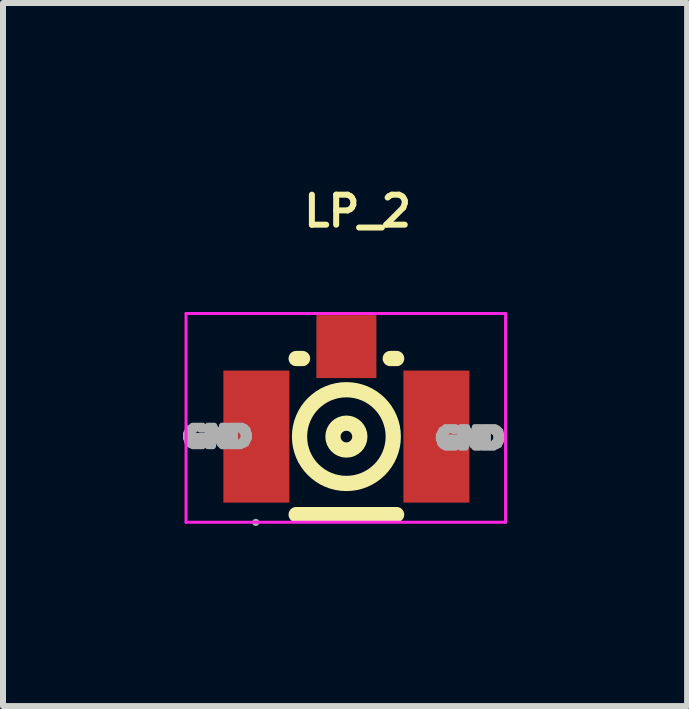
<source format=kicad_pcb>
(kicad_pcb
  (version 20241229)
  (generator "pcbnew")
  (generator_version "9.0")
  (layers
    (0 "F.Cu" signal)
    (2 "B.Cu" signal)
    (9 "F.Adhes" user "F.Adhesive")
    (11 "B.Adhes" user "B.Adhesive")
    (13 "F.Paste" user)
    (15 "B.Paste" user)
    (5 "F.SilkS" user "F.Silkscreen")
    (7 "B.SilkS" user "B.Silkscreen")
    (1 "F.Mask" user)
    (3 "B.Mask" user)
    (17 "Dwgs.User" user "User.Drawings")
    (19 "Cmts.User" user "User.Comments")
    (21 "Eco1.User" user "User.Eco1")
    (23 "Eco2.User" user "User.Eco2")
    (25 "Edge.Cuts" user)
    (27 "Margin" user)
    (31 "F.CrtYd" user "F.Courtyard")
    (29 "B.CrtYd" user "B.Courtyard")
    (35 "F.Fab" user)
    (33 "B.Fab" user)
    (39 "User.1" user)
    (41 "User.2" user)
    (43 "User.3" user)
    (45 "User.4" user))
  (footprint "LP_2"
    (layer "F.Cu")
    (at 2.712 3.913)
    (property "Reference" "LP_2" (at -0.75 -3.445 0) (layer "F.SilkS") (effects (font (size 0.5 0.5) (thickness 0.1)) (justify left)))
    (fp_line (start -0.827 -0.989) (end -0.721 -0.989) (stroke (width 0.254) (type solid)) (layer "F.SilkS"))
    (fp_line (start 0.741 -0.989) (end 0.847 -0.989) (stroke (width 0.254) (type solid)) (layer "F.SilkS"))
    (fp_line (start 0.847 1.612) (end -0.827 1.612) (stroke (width 0.254) (type solid)) (layer "F.SilkS"))
    (fp_arc (start 0.234 0.312) (mid -0.214 0.312) (end 0.234 0.312) (stroke (width 0.254) (type solid)) (layer "F.SilkS"))
    (fp_arc (start 0.791 0.312) (mid -0.771 0.312) (end 0.791 0.312) (stroke (width 0.254) (type solid)) (layer "F.SilkS"))
    (fp_line (start -2.662 -1.739) (end -2.662 1.739) (stroke (width 0.05) (type solid)) (layer "F.CrtYd"))
    (fp_line (start -2.662 1.739) (end 2.662 1.739) (stroke (width 0.05) (type solid)) (layer "F.CrtYd"))
    (fp_line (start 2.662 -1.739) (end -2.662 -1.739) (stroke (width 0.05) (type solid)) (layer "F.CrtYd"))
    (fp_line (start 2.662 1.739) (end 2.662 -1.739) (stroke (width 0.05) (type solid)) (layer "F.CrtYd"))
    (fp_arc (start -1.47 1.742) (mid -1.53 1.742) (end -1.47 1.742) (stroke (width 0.06) (type solid)) (layer "F.Fab"))
    (fp_poly (pts (xy -2.662 0.28) (xy -2.662 0.259) (xy -2.576 0.259) (xy -2.576 0.28) (xy -2.662 0.28)) (stroke (width 0.1) (type solid)) (fill no) (layer "F.Fab"))
    (fp_poly (pts (xy -2.662 0.301) (xy -2.662 0.28) (xy -2.576 0.28) (xy -2.576 0.301) (xy -2.662 0.301)) (stroke (width 0.1) (type solid)) (fill no) (layer "F.Fab"))
    (fp_poly (pts (xy -2.662 0.323) (xy -2.662 0.301) (xy -2.576 0.301) (xy -2.576 0.323) (xy -2.662 0.323)) (stroke (width 0.1) (type solid)) (fill no) (layer "F.Fab"))
    (fp_poly (pts (xy -2.662 0.344) (xy -2.662 0.323) (xy -2.576 0.323) (xy -2.576 0.344) (xy -2.662 0.344)) (stroke (width 0.1) (type solid)) (fill no) (layer "F.Fab"))
    (fp_poly (pts (xy -2.64 0.237) (xy -2.64 0.216) (xy -2.555 0.216) (xy -2.555 0.237) (xy -2.64 0.237)) (stroke (width 0.1) (type solid)) (fill no) (layer "F.Fab"))
    (fp_poly (pts (xy -2.64 0.259) (xy -2.64 0.237) (xy -2.576 0.237) (xy -2.576 0.259) (xy -2.64 0.259)) (stroke (width 0.1) (type solid)) (fill no) (layer "F.Fab"))
    (fp_poly (pts (xy -2.64 0.365) (xy -2.64 0.344) (xy -2.576 0.344) (xy -2.576 0.365) (xy -2.64 0.365)) (stroke (width 0.1) (type solid)) (fill no) (layer "F.Fab"))
    (fp_poly (pts (xy -2.64 0.387) (xy -2.64 0.365) (xy -2.555 0.365) (xy -2.555 0.387) (xy -2.64 0.387)) (stroke (width 0.1) (type solid)) (fill no) (layer "F.Fab"))
    (fp_poly (pts (xy -2.64 0.408) (xy -2.64 0.387) (xy -2.555 0.387) (xy -2.555 0.408) (xy -2.64 0.408)) (stroke (width 0.1) (type solid)) (fill no) (layer "F.Fab"))
    (fp_poly (pts (xy -2.619 0.195) (xy -2.619 0.173) (xy -2.512 0.173) (xy -2.512 0.195) (xy -2.619 0.195)) (stroke (width 0.1) (type solid)) (fill no) (layer "F.Fab"))
    (fp_poly (pts (xy -2.619 0.216) (xy -2.619 0.195) (xy -2.534 0.195) (xy -2.534 0.216) (xy -2.619 0.216)) (stroke (width 0.1) (type solid)) (fill no) (layer "F.Fab"))
    (fp_poly (pts (xy -2.619 0.43) (xy -2.619 0.408) (xy -2.512 0.408) (xy -2.512 0.43) (xy -2.619 0.43)) (stroke (width 0.1) (type solid)) (fill no) (layer "F.Fab"))
    (fp_poly (pts (xy -2.598 0.451) (xy -2.598 0.43) (xy -2.342 0.43) (xy -2.342 0.451) (xy -2.598 0.451)) (stroke (width 0.1) (type solid)) (fill no) (layer "F.Fab"))
    (fp_poly (pts (xy -2.576 0.173) (xy -2.576 0.152) (xy -2.363 0.152) (xy -2.363 0.173) (xy -2.576 0.173)) (stroke (width 0.1) (type solid)) (fill no) (layer "F.Fab"))
    (fp_poly (pts (xy -2.555 0.152) (xy -2.555 0.131) (xy -2.384 0.131) (xy -2.384 0.152) (xy -2.555 0.152)) (stroke (width 0.1) (type solid)) (fill no) (layer "F.Fab"))
    (fp_poly (pts (xy -2.555 0.472) (xy -2.555 0.451) (xy -2.384 0.451) (xy -2.384 0.472) (xy -2.555 0.472)) (stroke (width 0.1) (type solid)) (fill no) (layer "F.Fab"))
    (fp_poly (pts (xy -2.491 0.323) (xy -2.491 0.301) (xy -2.342 0.301) (xy -2.342 0.323) (xy -2.491 0.323)) (stroke (width 0.1) (type solid)) (fill no) (layer "F.Fab"))
    (fp_poly (pts (xy -2.491 0.344) (xy -2.491 0.323) (xy -2.342 0.323) (xy -2.342 0.344) (xy -2.491 0.344)) (stroke (width 0.1) (type solid)) (fill no) (layer "F.Fab"))
    (fp_poly (pts (xy -2.427 0.195) (xy -2.427 0.173) (xy -2.363 0.173) (xy -2.363 0.195) (xy -2.427 0.195)) (stroke (width 0.1) (type solid)) (fill no) (layer "F.Fab"))
    (fp_poly (pts (xy -2.427 0.365) (xy -2.427 0.344) (xy -2.342 0.344) (xy -2.342 0.365) (xy -2.427 0.365)) (stroke (width 0.1) (type solid)) (fill no) (layer "F.Fab"))
    (fp_poly (pts (xy -2.427 0.387) (xy -2.427 0.365) (xy -2.342 0.365) (xy -2.342 0.387) (xy -2.427 0.387)) (stroke (width 0.1) (type solid)) (fill no) (layer "F.Fab"))
    (fp_poly (pts (xy -2.427 0.408) (xy -2.427 0.387) (xy -2.342 0.387) (xy -2.342 0.408) (xy -2.427 0.408)) (stroke (width 0.1) (type solid)) (fill no) (layer "F.Fab"))
    (fp_poly (pts (xy -2.427 0.43) (xy -2.427 0.408) (xy -2.342 0.408) (xy -2.342 0.43) (xy -2.427 0.43)) (stroke (width 0.1) (type solid)) (fill no) (layer "F.Fab"))
    (fp_poly (pts (xy -2.299 0.152) (xy -2.299 0.131) (xy -2.192 0.131) (xy -2.192 0.152) (xy -2.299 0.152)) (stroke (width 0.1) (type solid)) (fill no) (layer "F.Fab"))
    (fp_poly (pts (xy -2.299 0.173) (xy -2.299 0.152) (xy -2.192 0.152) (xy -2.192 0.173) (xy -2.299 0.173)) (stroke (width 0.1) (type solid)) (fill no) (layer "F.Fab"))
    (fp_poly (pts (xy -2.299 0.195) (xy -2.299 0.173) (xy -2.171 0.173) (xy -2.171 0.195) (xy -2.299 0.195)) (stroke (width 0.1) (type solid)) (fill no) (layer "F.Fab"))
    (fp_poly (pts (xy -2.299 0.216) (xy -2.299 0.195) (xy -2.149 0.195) (xy -2.149 0.216) (xy -2.299 0.216)) (stroke (width 0.1) (type solid)) (fill no) (layer "F.Fab"))
    (fp_poly (pts (xy -2.299 0.237) (xy -2.299 0.216) (xy -2.149 0.216) (xy -2.149 0.237) (xy -2.299 0.237)) (stroke (width 0.1) (type solid)) (fill no) (layer "F.Fab"))
    (fp_poly (pts (xy -2.299 0.259) (xy -2.299 0.237) (xy -2.128 0.237) (xy -2.128 0.259) (xy -2.299 0.259)) (stroke (width 0.1) (type solid)) (fill no) (layer "F.Fab"))
    (fp_poly (pts (xy -2.299 0.28) (xy -2.299 0.259) (xy -2.213 0.259) (xy -2.213 0.28) (xy -2.299 0.28)) (stroke (width 0.1) (type solid)) (fill no) (layer "F.Fab"))
    (fp_poly (pts (xy -2.299 0.301) (xy -2.299 0.28) (xy -2.213 0.28) (xy -2.213 0.301) (xy -2.299 0.301)) (stroke (width 0.1) (type solid)) (fill no) (layer "F.Fab"))
    (fp_poly (pts (xy -2.299 0.323) (xy -2.299 0.301) (xy -2.213 0.301) (xy -2.213 0.323) (xy -2.299 0.323)) (stroke (width 0.1) (type solid)) (fill no) (layer "F.Fab"))
    (fp_poly (pts (xy -2.299 0.344) (xy -2.299 0.323) (xy -2.213 0.323) (xy -2.213 0.344) (xy -2.299 0.344)) (stroke (width 0.1) (type solid)) (fill no) (layer "F.Fab"))
    (fp_poly (pts (xy -2.299 0.365) (xy -2.299 0.344) (xy -2.213 0.344) (xy -2.213 0.365) (xy -2.299 0.365)) (stroke (width 0.1) (type solid)) (fill no) (layer "F.Fab"))
    (fp_poly (pts (xy -2.299 0.387) (xy -2.299 0.365) (xy -2.213 0.365) (xy -2.213 0.387) (xy -2.299 0.387)) (stroke (width 0.1) (type solid)) (fill no) (layer "F.Fab"))
    (fp_poly (pts (xy -2.299 0.408) (xy -2.299 0.387) (xy -2.213 0.387) (xy -2.213 0.408) (xy -2.299 0.408)) (stroke (width 0.1) (type solid)) (fill no) (layer "F.Fab"))
    (fp_poly (pts (xy -2.299 0.43) (xy -2.299 0.408) (xy -2.213 0.408) (xy -2.213 0.43) (xy -2.299 0.43)) (stroke (width 0.1) (type solid)) (fill no) (layer "F.Fab"))
    (fp_poly (pts (xy -2.299 0.451) (xy -2.299 0.43) (xy -2.213 0.43) (xy -2.213 0.451) (xy -2.299 0.451)) (stroke (width 0.1) (type solid)) (fill no) (layer "F.Fab"))
    (fp_poly (pts (xy -2.299 0.472) (xy -2.299 0.451) (xy -2.213 0.451) (xy -2.213 0.472) (xy -2.299 0.472)) (stroke (width 0.1) (type solid)) (fill no) (layer "F.Fab"))
    (fp_poly (pts (xy -2.192 0.28) (xy -2.192 0.259) (xy -2.107 0.259) (xy -2.107 0.28) (xy -2.192 0.28)) (stroke (width 0.1) (type solid)) (fill no) (layer "F.Fab"))
    (fp_poly (pts (xy -2.171 0.301) (xy -2.171 0.28) (xy -2.107 0.28) (xy -2.107 0.301) (xy -2.171 0.301)) (stroke (width 0.1) (type solid)) (fill no) (layer "F.Fab"))
    (fp_poly (pts (xy -2.171 0.323) (xy -2.171 0.301) (xy -2.085 0.301) (xy -2.085 0.323) (xy -2.171 0.323)) (stroke (width 0.1) (type solid)) (fill no) (layer "F.Fab"))
    (fp_poly (pts (xy -2.149 0.344) (xy -2.149 0.323) (xy -1.978 0.323) (xy -1.978 0.344) (xy -2.149 0.344)) (stroke (width 0.1) (type solid)) (fill no) (layer "F.Fab"))
    (fp_poly (pts (xy -2.149 0.365) (xy -2.149 0.344) (xy -1.978 0.344) (xy -1.978 0.365) (xy -2.149 0.365)) (stroke (width 0.1) (type solid)) (fill no) (layer "F.Fab"))
    (fp_poly (pts (xy -2.128 0.387) (xy -2.128 0.365) (xy -1.978 0.365) (xy -1.978 0.387) (xy -2.128 0.387)) (stroke (width 0.1) (type solid)) (fill no) (layer "F.Fab"))
    (fp_poly (pts (xy -2.107 0.408) (xy -2.107 0.387) (xy -1.978 0.387) (xy -1.978 0.408) (xy -2.107 0.408)) (stroke (width 0.1) (type solid)) (fill no) (layer "F.Fab"))
    (fp_poly (pts (xy -2.107 0.43) (xy -2.107 0.408) (xy -1.978 0.408) (xy -1.978 0.43) (xy -2.107 0.43)) (stroke (width 0.1) (type solid)) (fill no) (layer "F.Fab"))
    (fp_poly (pts (xy -2.085 0.451) (xy -2.085 0.43) (xy -1.978 0.43) (xy -1.978 0.451) (xy -2.085 0.451)) (stroke (width 0.1) (type solid)) (fill no) (layer "F.Fab"))
    (fp_poly (pts (xy -2.064 0.152) (xy -2.064 0.131) (xy -1.978 0.131) (xy -1.978 0.152) (xy -2.064 0.152)) (stroke (width 0.1) (type solid)) (fill no) (layer "F.Fab"))
    (fp_poly (pts (xy -2.064 0.173) (xy -2.064 0.152) (xy -1.978 0.152) (xy -1.978 0.173) (xy -2.064 0.173)) (stroke (width 0.1) (type solid)) (fill no) (layer "F.Fab"))
    (fp_poly (pts (xy -2.064 0.195) (xy -2.064 0.173) (xy -1.978 0.173) (xy -1.978 0.195) (xy -2.064 0.195)) (stroke (width 0.1) (type solid)) (fill no) (layer "F.Fab"))
    (fp_poly (pts (xy -2.064 0.216) (xy -2.064 0.195) (xy -1.978 0.195) (xy -1.978 0.216) (xy -2.064 0.216)) (stroke (width 0.1) (type solid)) (fill no) (layer "F.Fab"))
    (fp_poly (pts (xy -2.064 0.237) (xy -2.064 0.216) (xy -1.978 0.216) (xy -1.978 0.237) (xy -2.064 0.237)) (stroke (width 0.1) (type solid)) (fill no) (layer "F.Fab"))
    (fp_poly (pts (xy -2.064 0.259) (xy -2.064 0.237) (xy -1.978 0.237) (xy -1.978 0.259) (xy -2.064 0.259)) (stroke (width 0.1) (type solid)) (fill no) (layer "F.Fab"))
    (fp_poly (pts (xy -2.064 0.28) (xy -2.064 0.259) (xy -1.978 0.259) (xy -1.978 0.28) (xy -2.064 0.28)) (stroke (width 0.1) (type solid)) (fill no) (layer "F.Fab"))
    (fp_poly (pts (xy -2.064 0.301) (xy -2.064 0.28) (xy -1.978 0.28) (xy -1.978 0.301) (xy -2.064 0.301)) (stroke (width 0.1) (type solid)) (fill no) (layer "F.Fab"))
    (fp_poly (pts (xy -2.064 0.323) (xy -2.064 0.301) (xy -1.978 0.301) (xy -1.978 0.323) (xy -2.064 0.323)) (stroke (width 0.1) (type solid)) (fill no) (layer "F.Fab"))
    (fp_poly (pts (xy -2.064 0.472) (xy -2.064 0.451) (xy -1.978 0.451) (xy -1.978 0.472) (xy -2.064 0.472)) (stroke (width 0.1) (type solid)) (fill no) (layer "F.Fab"))
    (fp_poly (pts (xy -1.936 0.152) (xy -1.936 0.131) (xy -1.722 0.131) (xy -1.722 0.152) (xy -1.936 0.152)) (stroke (width 0.1) (type solid)) (fill no) (layer "F.Fab"))
    (fp_poly (pts (xy -1.936 0.173) (xy -1.936 0.152) (xy -1.679 0.152) (xy -1.679 0.173) (xy -1.936 0.173)) (stroke (width 0.1) (type solid)) (fill no) (layer "F.Fab"))
    (fp_poly (pts (xy -1.936 0.195) (xy -1.936 0.173) (xy -1.85 0.173) (xy -1.85 0.195) (xy -1.936 0.195)) (stroke (width 0.1) (type solid)) (fill no) (layer "F.Fab"))
    (fp_poly (pts (xy -1.936 0.216) (xy -1.936 0.195) (xy -1.85 0.195) (xy -1.85 0.216) (xy -1.936 0.216)) (stroke (width 0.1) (type solid)) (fill no) (layer "F.Fab"))
    (fp_poly (pts (xy -1.936 0.237) (xy -1.936 0.216) (xy -1.85 0.216) (xy -1.85 0.237) (xy -1.936 0.237)) (stroke (width 0.1) (type solid)) (fill no) (layer "F.Fab"))
    (fp_poly (pts (xy -1.936 0.259) (xy -1.936 0.237) (xy -1.85 0.237) (xy -1.85 0.259) (xy -1.936 0.259)) (stroke (width 0.1) (type solid)) (fill no) (layer "F.Fab"))
    (fp_poly (pts (xy -1.936 0.28) (xy -1.936 0.259) (xy -1.85 0.259) (xy -1.85 0.28) (xy -1.936 0.28)) (stroke (width 0.1) (type solid)) (fill no) (layer "F.Fab"))
    (fp_poly (pts (xy -1.936 0.301) (xy -1.936 0.28) (xy -1.85 0.28) (xy -1.85 0.301) (xy -1.936 0.301)) (stroke (width 0.1) (type solid)) (fill no) (layer "F.Fab"))
    (fp_poly (pts (xy -1.936 0.323) (xy -1.936 0.301) (xy -1.85 0.301) (xy -1.85 0.323) (xy -1.936 0.323)) (stroke (width 0.1) (type solid)) (fill no) (layer "F.Fab"))
    (fp_poly (pts (xy -1.936 0.344) (xy -1.936 0.323) (xy -1.85 0.323) (xy -1.85 0.344) (xy -1.936 0.344)) (stroke (width 0.1) (type solid)) (fill no) (layer "F.Fab"))
    (fp_poly (pts (xy -1.936 0.365) (xy -1.936 0.344) (xy -1.85 0.344) (xy -1.85 0.365) (xy -1.936 0.365)) (stroke (width 0.1) (type solid)) (fill no) (layer "F.Fab"))
    (fp_poly (pts (xy -1.936 0.387) (xy -1.936 0.365) (xy -1.85 0.365) (xy -1.85 0.387) (xy -1.936 0.387)) (stroke (width 0.1) (type solid)) (fill no) (layer "F.Fab"))
    (fp_poly (pts (xy -1.936 0.408) (xy -1.936 0.387) (xy -1.85 0.387) (xy -1.85 0.408) (xy -1.936 0.408)) (stroke (width 0.1) (type solid)) (fill no) (layer "F.Fab"))
    (fp_poly (pts (xy -1.936 0.43) (xy -1.936 0.408) (xy -1.85 0.408) (xy -1.85 0.43) (xy -1.936 0.43)) (stroke (width 0.1) (type solid)) (fill no) (layer "F.Fab"))
    (fp_poly (pts (xy -1.936 0.451) (xy -1.936 0.43) (xy -1.701 0.43) (xy -1.701 0.451) (xy -1.936 0.451)) (stroke (width 0.1) (type solid)) (fill no) (layer "F.Fab"))
    (fp_poly (pts (xy -1.936 0.472) (xy -1.936 0.451) (xy -1.744 0.451) (xy -1.744 0.472) (xy -1.936 0.472)) (stroke (width 0.1) (type solid)) (fill no) (layer "F.Fab"))
    (fp_poly (pts (xy -1.765 0.195) (xy -1.765 0.173) (xy -1.658 0.173) (xy -1.658 0.195) (xy -1.765 0.195)) (stroke (width 0.1) (type solid)) (fill no) (layer "F.Fab"))
    (fp_poly (pts (xy -1.765 0.43) (xy -1.765 0.408) (xy -1.658 0.408) (xy -1.658 0.43) (xy -1.765 0.43)) (stroke (width 0.1) (type solid)) (fill no) (layer "F.Fab"))
    (fp_poly (pts (xy -1.744 0.216) (xy -1.744 0.195) (xy -1.637 0.195) (xy -1.637 0.216) (xy -1.744 0.216)) (stroke (width 0.1) (type solid)) (fill no) (layer "F.Fab"))
    (fp_poly (pts (xy -1.744 0.408) (xy -1.744 0.387) (xy -1.658 0.387) (xy -1.658 0.408) (xy -1.744 0.408)) (stroke (width 0.1) (type solid)) (fill no) (layer "F.Fab"))
    (fp_poly (pts (xy -1.722 0.237) (xy -1.722 0.216) (xy -1.637 0.216) (xy -1.637 0.237) (xy -1.722 0.237)) (stroke (width 0.1) (type solid)) (fill no) (layer "F.Fab"))
    (fp_poly (pts (xy -1.722 0.387) (xy -1.722 0.365) (xy -1.637 0.365) (xy -1.637 0.387) (xy -1.722 0.387)) (stroke (width 0.1) (type solid)) (fill no) (layer "F.Fab"))
    (fp_poly (pts (xy -1.701 0.259) (xy -1.701 0.237) (xy -1.637 0.237) (xy -1.637 0.259) (xy -1.701 0.259)) (stroke (width 0.1) (type solid)) (fill no) (layer "F.Fab"))
    (fp_poly (pts (xy -1.701 0.28) (xy -1.701 0.259) (xy -1.615 0.259) (xy -1.615 0.28) (xy -1.701 0.28)) (stroke (width 0.1) (type solid)) (fill no) (layer "F.Fab"))
    (fp_poly (pts (xy -1.701 0.301) (xy -1.701 0.28) (xy -1.615 0.28) (xy -1.615 0.301) (xy -1.701 0.301)) (stroke (width 0.1) (type solid)) (fill no) (layer "F.Fab"))
    (fp_poly (pts (xy -1.701 0.323) (xy -1.701 0.301) (xy -1.615 0.301) (xy -1.615 0.323) (xy -1.701 0.323)) (stroke (width 0.1) (type solid)) (fill no) (layer "F.Fab"))
    (fp_poly (pts (xy -1.701 0.344) (xy -1.701 0.323) (xy -1.615 0.323) (xy -1.615 0.344) (xy -1.701 0.344)) (stroke (width 0.1) (type solid)) (fill no) (layer "F.Fab"))
    (fp_poly (pts (xy -1.701 0.365) (xy -1.701 0.344) (xy -1.637 0.344) (xy -1.637 0.365) (xy -1.701 0.365)) (stroke (width 0.1) (type solid)) (fill no) (layer "F.Fab"))
    (fp_poly (pts (xy 1.551 0.303) (xy 1.551 0.282) (xy 1.636 0.282) (xy 1.636 0.303) (xy 1.551 0.303)) (stroke (width 0.1) (type solid)) (fill no) (layer "F.Fab"))
    (fp_poly (pts (xy 1.551 0.325) (xy 1.551 0.303) (xy 1.636 0.303) (xy 1.636 0.325) (xy 1.551 0.325)) (stroke (width 0.1) (type solid)) (fill no) (layer "F.Fab"))
    (fp_poly (pts (xy 1.551 0.346) (xy 1.551 0.325) (xy 1.636 0.325) (xy 1.636 0.346) (xy 1.551 0.346)) (stroke (width 0.1) (type solid)) (fill no) (layer "F.Fab"))
    (fp_poly (pts (xy 1.551 0.367) (xy 1.551 0.346) (xy 1.636 0.346) (xy 1.636 0.367) (xy 1.551 0.367)) (stroke (width 0.1) (type solid)) (fill no) (layer "F.Fab"))
    (fp_poly (pts (xy 1.572 0.261) (xy 1.572 0.239) (xy 1.658 0.239) (xy 1.658 0.261) (xy 1.572 0.261)) (stroke (width 0.1) (type solid)) (fill no) (layer "F.Fab"))
    (fp_poly (pts (xy 1.572 0.282) (xy 1.572 0.261) (xy 1.636 0.261) (xy 1.636 0.282) (xy 1.572 0.282)) (stroke (width 0.1) (type solid)) (fill no) (layer "F.Fab"))
    (fp_poly (pts (xy 1.572 0.389) (xy 1.572 0.367) (xy 1.636 0.367) (xy 1.636 0.389) (xy 1.572 0.389)) (stroke (width 0.1) (type solid)) (fill no) (layer "F.Fab"))
    (fp_poly (pts (xy 1.572 0.41) (xy 1.572 0.389) (xy 1.658 0.389) (xy 1.658 0.41) (xy 1.572 0.41)) (stroke (width 0.1) (type solid)) (fill no) (layer "F.Fab"))
    (fp_poly (pts (xy 1.572 0.431) (xy 1.572 0.41) (xy 1.658 0.41) (xy 1.658 0.431) (xy 1.572 0.431)) (stroke (width 0.1) (type solid)) (fill no) (layer "F.Fab"))
    (fp_poly (pts (xy 1.594 0.218) (xy 1.594 0.197) (xy 1.701 0.197) (xy 1.701 0.218) (xy 1.594 0.218)) (stroke (width 0.1) (type solid)) (fill no) (layer "F.Fab"))
    (fp_poly (pts (xy 1.594 0.239) (xy 1.594 0.218) (xy 1.679 0.218) (xy 1.679 0.239) (xy 1.594 0.239)) (stroke (width 0.1) (type solid)) (fill no) (layer "F.Fab"))
    (fp_poly (pts (xy 1.594 0.453) (xy 1.594 0.431) (xy 1.701 0.431) (xy 1.701 0.453) (xy 1.594 0.453)) (stroke (width 0.1) (type solid)) (fill no) (layer "F.Fab"))
    (fp_poly (pts (xy 1.615 0.474) (xy 1.615 0.453) (xy 1.871 0.453) (xy 1.871 0.474) (xy 1.615 0.474)) (stroke (width 0.1) (type solid)) (fill no) (layer "F.Fab"))
    (fp_poly (pts (xy 1.636 0.197) (xy 1.636 0.175) (xy 1.85 0.175) (xy 1.85 0.197) (xy 1.636 0.197)) (stroke (width 0.1) (type solid)) (fill no) (layer "F.Fab"))
    (fp_poly (pts (xy 1.658 0.175) (xy 1.658 0.154) (xy 1.829 0.154) (xy 1.829 0.175) (xy 1.658 0.175)) (stroke (width 0.1) (type solid)) (fill no) (layer "F.Fab"))
    (fp_poly (pts (xy 1.658 0.496) (xy 1.658 0.474) (xy 1.829 0.474) (xy 1.829 0.496) (xy 1.658 0.496)) (stroke (width 0.1) (type solid)) (fill no) (layer "F.Fab"))
    (fp_poly (pts (xy 1.722 0.346) (xy 1.722 0.325) (xy 1.871 0.325) (xy 1.871 0.346) (xy 1.722 0.346)) (stroke (width 0.1) (type solid)) (fill no) (layer "F.Fab"))
    (fp_poly (pts (xy 1.722 0.367) (xy 1.722 0.346) (xy 1.871 0.346) (xy 1.871 0.367) (xy 1.722 0.367)) (stroke (width 0.1) (type solid)) (fill no) (layer "F.Fab"))
    (fp_poly (pts (xy 1.786 0.218) (xy 1.786 0.197) (xy 1.85 0.197) (xy 1.85 0.218) (xy 1.786 0.218)) (stroke (width 0.1) (type solid)) (fill no) (layer "F.Fab"))
    (fp_poly (pts (xy 1.786 0.389) (xy 1.786 0.367) (xy 1.871 0.367) (xy 1.871 0.389) (xy 1.786 0.389)) (stroke (width 0.1) (type solid)) (fill no) (layer "F.Fab"))
    (fp_poly (pts (xy 1.786 0.41) (xy 1.786 0.389) (xy 1.871 0.389) (xy 1.871 0.41) (xy 1.786 0.41)) (stroke (width 0.1) (type solid)) (fill no) (layer "F.Fab"))
    (fp_poly (pts (xy 1.786 0.431) (xy 1.786 0.41) (xy 1.871 0.41) (xy 1.871 0.431) (xy 1.786 0.431)) (stroke (width 0.1) (type solid)) (fill no) (layer "F.Fab"))
    (fp_poly (pts (xy 1.786 0.453) (xy 1.786 0.431) (xy 1.871 0.431) (xy 1.871 0.453) (xy 1.786 0.453)) (stroke (width 0.1) (type solid)) (fill no) (layer "F.Fab"))
    (fp_poly (pts (xy 1.914 0.175) (xy 1.914 0.154) (xy 2.021 0.154) (xy 2.021 0.175) (xy 1.914 0.175)) (stroke (width 0.1) (type solid)) (fill no) (layer "F.Fab"))
    (fp_poly (pts (xy 1.914 0.197) (xy 1.914 0.175) (xy 2.021 0.175) (xy 2.021 0.197) (xy 1.914 0.197)) (stroke (width 0.1) (type solid)) (fill no) (layer "F.Fab"))
    (fp_poly (pts (xy 1.914 0.218) (xy 1.914 0.197) (xy 2.042 0.197) (xy 2.042 0.218) (xy 1.914 0.218)) (stroke (width 0.1) (type solid)) (fill no) (layer "F.Fab"))
    (fp_poly (pts (xy 1.914 0.239) (xy 1.914 0.218) (xy 2.064 0.218) (xy 2.064 0.239) (xy 1.914 0.239)) (stroke (width 0.1) (type solid)) (fill no) (layer "F.Fab"))
    (fp_poly (pts (xy 1.914 0.261) (xy 1.914 0.239) (xy 2.064 0.239) (xy 2.064 0.261) (xy 1.914 0.261)) (stroke (width 0.1) (type solid)) (fill no) (layer "F.Fab"))
    (fp_poly (pts (xy 1.914 0.282) (xy 1.914 0.261) (xy 2.085 0.261) (xy 2.085 0.282) (xy 1.914 0.282)) (stroke (width 0.1) (type solid)) (fill no) (layer "F.Fab"))
    (fp_poly (pts (xy 1.914 0.303) (xy 1.914 0.282) (xy 1.999 0.282) (xy 1.999 0.303) (xy 1.914 0.303)) (stroke (width 0.1) (type solid)) (fill no) (layer "F.Fab"))
    (fp_poly (pts (xy 1.914 0.325) (xy 1.914 0.303) (xy 1.999 0.303) (xy 1.999 0.325) (xy 1.914 0.325)) (stroke (width 0.1) (type solid)) (fill no) (layer "F.Fab"))
    (fp_poly (pts (xy 1.914 0.346) (xy 1.914 0.325) (xy 1.999 0.325) (xy 1.999 0.346) (xy 1.914 0.346)) (stroke (width 0.1) (type solid)) (fill no) (layer "F.Fab"))
    (fp_poly (pts (xy 1.914 0.367) (xy 1.914 0.346) (xy 1.999 0.346) (xy 1.999 0.367) (xy 1.914 0.367)) (stroke (width 0.1) (type solid)) (fill no) (layer "F.Fab"))
    (fp_poly (pts (xy 1.914 0.389) (xy 1.914 0.367) (xy 1.999 0.367) (xy 1.999 0.389) (xy 1.914 0.389)) (stroke (width 0.1) (type solid)) (fill no) (layer "F.Fab"))
    (fp_poly (pts (xy 1.914 0.41) (xy 1.914 0.389) (xy 1.999 0.389) (xy 1.999 0.41) (xy 1.914 0.41)) (stroke (width 0.1) (type solid)) (fill no) (layer "F.Fab"))
    (fp_poly (pts (xy 1.914 0.431) (xy 1.914 0.41) (xy 1.999 0.41) (xy 1.999 0.431) (xy 1.914 0.431)) (stroke (width 0.1) (type solid)) (fill no) (layer "F.Fab"))
    (fp_poly (pts (xy 1.914 0.453) (xy 1.914 0.431) (xy 1.999 0.431) (xy 1.999 0.453) (xy 1.914 0.453)) (stroke (width 0.1) (type solid)) (fill no) (layer "F.Fab"))
    (fp_poly (pts (xy 1.914 0.474) (xy 1.914 0.453) (xy 1.999 0.453) (xy 1.999 0.474) (xy 1.914 0.474)) (stroke (width 0.1) (type solid)) (fill no) (layer "F.Fab"))
    (fp_poly (pts (xy 1.914 0.496) (xy 1.914 0.474) (xy 1.999 0.474) (xy 1.999 0.496) (xy 1.914 0.496)) (stroke (width 0.1) (type solid)) (fill no) (layer "F.Fab"))
    (fp_poly (pts (xy 2.021 0.303) (xy 2.021 0.282) (xy 2.106 0.282) (xy 2.106 0.303) (xy 2.021 0.303)) (stroke (width 0.1) (type solid)) (fill no) (layer "F.Fab"))
    (fp_poly (pts (xy 2.042 0.325) (xy 2.042 0.303) (xy 2.106 0.303) (xy 2.106 0.325) (xy 2.042 0.325)) (stroke (width 0.1) (type solid)) (fill no) (layer "F.Fab"))
    (fp_poly (pts (xy 2.042 0.346) (xy 2.042 0.325) (xy 2.128 0.325) (xy 2.128 0.346) (xy 2.042 0.346)) (stroke (width 0.1) (type solid)) (fill no) (layer "F.Fab"))
    (fp_poly (pts (xy 2.064 0.367) (xy 2.064 0.346) (xy 2.234 0.346) (xy 2.234 0.367) (xy 2.064 0.367)) (stroke (width 0.1) (type solid)) (fill no) (layer "F.Fab"))
    (fp_poly (pts (xy 2.064 0.389) (xy 2.064 0.367) (xy 2.234 0.367) (xy 2.234 0.389) (xy 2.064 0.389)) (stroke (width 0.1) (type solid)) (fill no) (layer "F.Fab"))
    (fp_poly (pts (xy 2.085 0.41) (xy 2.085 0.389) (xy 2.234 0.389) (xy 2.234 0.41) (xy 2.085 0.41)) (stroke (width 0.1) (type solid)) (fill no) (layer "F.Fab"))
    (fp_poly (pts (xy 2.106 0.431) (xy 2.106 0.41) (xy 2.234 0.41) (xy 2.234 0.431) (xy 2.106 0.431)) (stroke (width 0.1) (type solid)) (fill no) (layer "F.Fab"))
    (fp_poly (pts (xy 2.106 0.453) (xy 2.106 0.431) (xy 2.234 0.431) (xy 2.234 0.453) (xy 2.106 0.453)) (stroke (width 0.1) (type solid)) (fill no) (layer "F.Fab"))
    (fp_poly (pts (xy 2.128 0.474) (xy 2.128 0.453) (xy 2.234 0.453) (xy 2.234 0.474) (xy 2.128 0.474)) (stroke (width 0.1) (type solid)) (fill no) (layer "F.Fab"))
    (fp_poly (pts (xy 2.149 0.175) (xy 2.149 0.154) (xy 2.234 0.154) (xy 2.234 0.175) (xy 2.149 0.175)) (stroke (width 0.1) (type solid)) (fill no) (layer "F.Fab"))
    (fp_poly (pts (xy 2.149 0.197) (xy 2.149 0.175) (xy 2.234 0.175) (xy 2.234 0.197) (xy 2.149 0.197)) (stroke (width 0.1) (type solid)) (fill no) (layer "F.Fab"))
    (fp_poly (pts (xy 2.149 0.218) (xy 2.149 0.197) (xy 2.234 0.197) (xy 2.234 0.218) (xy 2.149 0.218)) (stroke (width 0.1) (type solid)) (fill no) (layer "F.Fab"))
    (fp_poly (pts (xy 2.149 0.239) (xy 2.149 0.218) (xy 2.234 0.218) (xy 2.234 0.239) (xy 2.149 0.239)) (stroke (width 0.1) (type solid)) (fill no) (layer "F.Fab"))
    (fp_poly (pts (xy 2.149 0.261) (xy 2.149 0.239) (xy 2.234 0.239) (xy 2.234 0.261) (xy 2.149 0.261)) (stroke (width 0.1) (type solid)) (fill no) (layer "F.Fab"))
    (fp_poly (pts (xy 2.149 0.282) (xy 2.149 0.261) (xy 2.234 0.261) (xy 2.234 0.282) (xy 2.149 0.282)) (stroke (width 0.1) (type solid)) (fill no) (layer "F.Fab"))
    (fp_poly (pts (xy 2.149 0.303) (xy 2.149 0.282) (xy 2.234 0.282) (xy 2.234 0.303) (xy 2.149 0.303)) (stroke (width 0.1) (type solid)) (fill no) (layer "F.Fab"))
    (fp_poly (pts (xy 2.149 0.325) (xy 2.149 0.303) (xy 2.234 0.303) (xy 2.234 0.325) (xy 2.149 0.325)) (stroke (width 0.1) (type solid)) (fill no) (layer "F.Fab"))
    (fp_poly (pts (xy 2.149 0.346) (xy 2.149 0.325) (xy 2.234 0.325) (xy 2.234 0.346) (xy 2.149 0.346)) (stroke (width 0.1) (type solid)) (fill no) (layer "F.Fab"))
    (fp_poly (pts (xy 2.149 0.496) (xy 2.149 0.474) (xy 2.234 0.474) (xy 2.234 0.496) (xy 2.149 0.496)) (stroke (width 0.1) (type solid)) (fill no) (layer "F.Fab"))
    (fp_poly (pts (xy 2.277 0.175) (xy 2.277 0.154) (xy 2.491 0.154) (xy 2.491 0.175) (xy 2.277 0.175)) (stroke (width 0.1) (type solid)) (fill no) (layer "F.Fab"))
    (fp_poly (pts (xy 2.277 0.197) (xy 2.277 0.175) (xy 2.533 0.175) (xy 2.533 0.197) (xy 2.277 0.197)) (stroke (width 0.1) (type solid)) (fill no) (layer "F.Fab"))
    (fp_poly (pts (xy 2.277 0.218) (xy 2.277 0.197) (xy 2.363 0.197) (xy 2.363 0.218) (xy 2.277 0.218)) (stroke (width 0.1) (type solid)) (fill no) (layer "F.Fab"))
    (fp_poly (pts (xy 2.277 0.239) (xy 2.277 0.218) (xy 2.363 0.218) (xy 2.363 0.239) (xy 2.277 0.239)) (stroke (width 0.1) (type solid)) (fill no) (layer "F.Fab"))
    (fp_poly (pts (xy 2.277 0.261) (xy 2.277 0.239) (xy 2.363 0.239) (xy 2.363 0.261) (xy 2.277 0.261)) (stroke (width 0.1) (type solid)) (fill no) (layer "F.Fab"))
    (fp_poly (pts (xy 2.277 0.282) (xy 2.277 0.261) (xy 2.363 0.261) (xy 2.363 0.282) (xy 2.277 0.282)) (stroke (width 0.1) (type solid)) (fill no) (layer "F.Fab"))
    (fp_poly (pts (xy 2.277 0.303) (xy 2.277 0.282) (xy 2.363 0.282) (xy 2.363 0.303) (xy 2.277 0.303)) (stroke (width 0.1) (type solid)) (fill no) (layer "F.Fab"))
    (fp_poly (pts (xy 2.277 0.325) (xy 2.277 0.303) (xy 2.363 0.303) (xy 2.363 0.325) (xy 2.277 0.325)) (stroke (width 0.1) (type solid)) (fill no) (layer "F.Fab"))
    (fp_poly (pts (xy 2.277 0.346) (xy 2.277 0.325) (xy 2.363 0.325) (xy 2.363 0.346) (xy 2.277 0.346)) (stroke (width 0.1) (type solid)) (fill no) (layer "F.Fab"))
    (fp_poly (pts (xy 2.277 0.367) (xy 2.277 0.346) (xy 2.363 0.346) (xy 2.363 0.367) (xy 2.277 0.367)) (stroke (width 0.1) (type solid)) (fill no) (layer "F.Fab"))
    (fp_poly (pts (xy 2.277 0.389) (xy 2.277 0.367) (xy 2.363 0.367) (xy 2.363 0.389) (xy 2.277 0.389)) (stroke (width 0.1) (type solid)) (fill no) (layer "F.Fab"))
    (fp_poly (pts (xy 2.277 0.41) (xy 2.277 0.389) (xy 2.363 0.389) (xy 2.363 0.41) (xy 2.277 0.41)) (stroke (width 0.1) (type solid)) (fill no) (layer "F.Fab"))
    (fp_poly (pts (xy 2.277 0.431) (xy 2.277 0.41) (xy 2.363 0.41) (xy 2.363 0.431) (xy 2.277 0.431)) (stroke (width 0.1) (type solid)) (fill no) (layer "F.Fab"))
    (fp_poly (pts (xy 2.277 0.453) (xy 2.277 0.431) (xy 2.363 0.431) (xy 2.363 0.453) (xy 2.277 0.453)) (stroke (width 0.1) (type solid)) (fill no) (layer "F.Fab"))
    (fp_poly (pts (xy 2.277 0.474) (xy 2.277 0.453) (xy 2.512 0.453) (xy 2.512 0.474) (xy 2.277 0.474)) (stroke (width 0.1) (type solid)) (fill no) (layer "F.Fab"))
    (fp_poly (pts (xy 2.277 0.496) (xy 2.277 0.474) (xy 2.469 0.474) (xy 2.469 0.496) (xy 2.277 0.496)) (stroke (width 0.1) (type solid)) (fill no) (layer "F.Fab"))
    (fp_poly (pts (xy 2.448 0.218) (xy 2.448 0.197) (xy 2.555 0.197) (xy 2.555 0.218) (xy 2.448 0.218)) (stroke (width 0.1) (type solid)) (fill no) (layer "F.Fab"))
    (fp_poly (pts (xy 2.448 0.453) (xy 2.448 0.431) (xy 2.555 0.431) (xy 2.555 0.453) (xy 2.448 0.453)) (stroke (width 0.1) (type solid)) (fill no) (layer "F.Fab"))
    (fp_poly (pts (xy 2.469 0.239) (xy 2.469 0.218) (xy 2.576 0.218) (xy 2.576 0.239) (xy 2.469 0.239)) (stroke (width 0.1) (type solid)) (fill no) (layer "F.Fab"))
    (fp_poly (pts (xy 2.469 0.431) (xy 2.469 0.41) (xy 2.555 0.41) (xy 2.555 0.431) (xy 2.469 0.431)) (stroke (width 0.1) (type solid)) (fill no) (layer "F.Fab"))
    (fp_poly (pts (xy 2.491 0.261) (xy 2.491 0.239) (xy 2.576 0.239) (xy 2.576 0.261) (xy 2.491 0.261)) (stroke (width 0.1) (type solid)) (fill no) (layer "F.Fab"))
    (fp_poly (pts (xy 2.491 0.41) (xy 2.491 0.389) (xy 2.576 0.389) (xy 2.576 0.41) (xy 2.491 0.41)) (stroke (width 0.1) (type solid)) (fill no) (layer "F.Fab"))
    (fp_poly (pts (xy 2.512 0.282) (xy 2.512 0.261) (xy 2.576 0.261) (xy 2.576 0.282) (xy 2.512 0.282)) (stroke (width 0.1) (type solid)) (fill no) (layer "F.Fab"))
    (fp_poly (pts (xy 2.512 0.303) (xy 2.512 0.282) (xy 2.597 0.282) (xy 2.597 0.303) (xy 2.512 0.303)) (stroke (width 0.1) (type solid)) (fill no) (layer "F.Fab"))
    (fp_poly (pts (xy 2.512 0.325) (xy 2.512 0.303) (xy 2.597 0.303) (xy 2.597 0.325) (xy 2.512 0.325)) (stroke (width 0.1) (type solid)) (fill no) (layer "F.Fab"))
    (fp_poly (pts (xy 2.512 0.346) (xy 2.512 0.325) (xy 2.597 0.325) (xy 2.597 0.346) (xy 2.512 0.346)) (stroke (width 0.1) (type solid)) (fill no) (layer "F.Fab"))
    (fp_poly (pts (xy 2.512 0.367) (xy 2.512 0.346) (xy 2.597 0.346) (xy 2.597 0.367) (xy 2.512 0.367)) (stroke (width 0.1) (type solid)) (fill no) (layer "F.Fab"))
    (fp_poly (pts (xy 2.512 0.389) (xy 2.512 0.367) (xy 2.576 0.367) (xy 2.576 0.389) (xy 2.512 0.389)) (stroke (width 0.1) (type solid)) (fill no) (layer "F.Fab"))
    (pad "1" smd rect (at -1.49 0.312 90) (size 2.2 1.1) (layers "F.Cu" "F.Mask" "F.Paste"))
    (pad "2" smd rect (at 0.01 -1.188 90) (size 1.05 1) (layers "F.Cu" "F.Mask" "F.Paste"))
    (pad "3" smd rect (at 1.51 0.312 90) (size 2.2 1.1) (layers "F.Cu" "F.Mask" "F.Paste")))
  (gr_rect
    (start -3 -3)
    (end 8.399 8.715)
    (stroke (width 0.1) (type default))
    (fill no)
    (layer "Edge.Cuts")))
</source>
